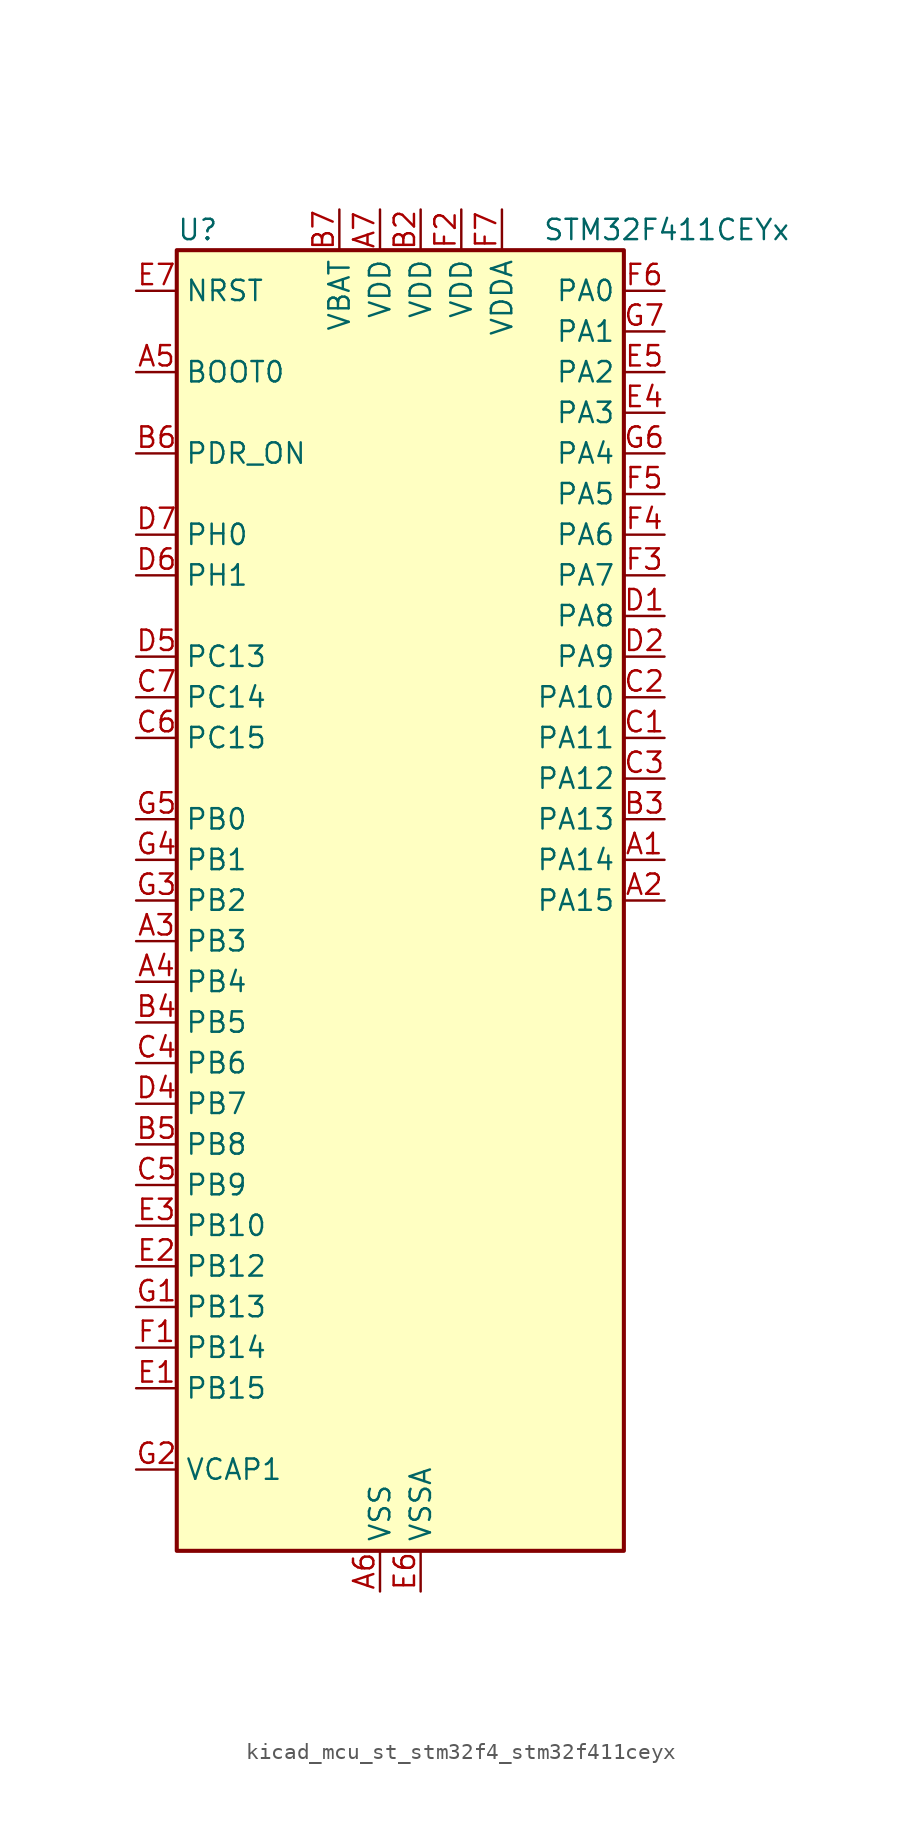
<source format=kicad_sym>
(kicad_symbol_lib
  (version 20220914)
  (generator kicad_symbol_editor)
  (symbol "kicad_mcu_st_stm32f4_stm32f411ceyx"
    (property "Reference" "U"
      (at -12.7 41.91 0)
      (effects (font (size 1.27 1.27)) (justify left)))
    (property "Value" "STM32F411CEYx"
      (at 10.16 41.91 0)
      (effects (font (size 1.27 1.27)) (justify left)))
    (property "ki_locked" ""
      (at 0 0 0)
      (effects (font (size 1.27 1.27))))
    (symbol "kicad_mcu_st_stm32f4_stm32f411ceyx_0_1"
      (rectangle (start -12.7 -40.64) (end 15.24 40.64) (stroke (width 0.254) (type default)) (fill (type background))))
    (symbol "kicad_mcu_st_stm32f4_stm32f411ceyx_1_1"
      (pin bidirectional line (at 17.78 2.54 180) (length 2.54) (name "PA14" (effects (font (size 1.27 1.27)))) (number "A1" (effects (font (size 1.27 1.27)))) (alternate "SYS_JTCK-SWCLK" bidirectional line))
      (pin bidirectional line (at 17.78 0 180) (length 2.54) (name "PA15" (effects (font (size 1.27 1.27)))) (number "A2" (effects (font (size 1.27 1.27)))) (alternate "ADC1_EXTI15" bidirectional line) (alternate "I2S1_WS" bidirectional line) (alternate "I2S3_WS" bidirectional line) (alternate "SPI1_NSS" bidirectional line) (alternate "SPI3_NSS" bidirectional line) (alternate "SYS_JTDI" bidirectional line) (alternate "TIM2_CH1" bidirectional line) (alternate "TIM2_ETR" bidirectional line) (alternate "USART1_TX" bidirectional line))
      (pin bidirectional line (at -15.24 -2.54 0) (length 2.54) (name "PB3" (effects (font (size 1.27 1.27)))) (number "A3" (effects (font (size 1.27 1.27)))) (alternate "I2C2_SDA" bidirectional line) (alternate "I2S1_CK" bidirectional line) (alternate "I2S3_CK" bidirectional line) (alternate "SPI1_SCK" bidirectional line) (alternate "SPI3_SCK" bidirectional line) (alternate "SYS_JTDO-SWO" bidirectional line) (alternate "TIM2_CH2" bidirectional line) (alternate "USART1_RX" bidirectional line))
      (pin bidirectional line (at -15.24 -5.08 0) (length 2.54) (name "PB4" (effects (font (size 1.27 1.27)))) (number "A4" (effects (font (size 1.27 1.27)))) (alternate "I2C3_SDA" bidirectional line) (alternate "I2S3_ext_SD" bidirectional line) (alternate "SDIO_D0" bidirectional line) (alternate "SPI1_MISO" bidirectional line) (alternate "SPI3_MISO" bidirectional line) (alternate "SYS_JTRST" bidirectional line) (alternate "TIM3_CH1" bidirectional line))
      (pin input line (at -15.24 33.02 0) (length 2.54) (name "BOOT0" (effects (font (size 1.27 1.27)))) (number "A5" (effects (font (size 1.27 1.27)))))
      (pin power_in line (at 0 -43.18 90) (length 2.54) (name "VSS" (effects (font (size 1.27 1.27)))) (number "A6" (effects (font (size 1.27 1.27)))))
      (pin power_in line (at 0 43.18 270) (length 2.54) (name "VDD" (effects (font (size 1.27 1.27)))) (number "A7" (effects (font (size 1.27 1.27)))))
      (pin passive line (at 0 -43.18 90) (length 2.54) hide (name "VSS" (effects (font (size 1.27 1.27)))) (number "B1" (effects (font (size 1.27 1.27)))))
      (pin power_in line (at 2.54 43.18 270) (length 2.54) (name "VDD" (effects (font (size 1.27 1.27)))) (number "B2" (effects (font (size 1.27 1.27)))))
      (pin bidirectional line (at 17.78 5.08 180) (length 2.54) (name "PA13" (effects (font (size 1.27 1.27)))) (number "B3" (effects (font (size 1.27 1.27)))) (alternate "SYS_JTMS-SWDIO" bidirectional line))
      (pin bidirectional line (at -15.24 -7.62 0) (length 2.54) (name "PB5" (effects (font (size 1.27 1.27)))) (number "B4" (effects (font (size 1.27 1.27)))) (alternate "I2C1_SMBA" bidirectional line) (alternate "I2S1_SD" bidirectional line) (alternate "I2S3_SD" bidirectional line) (alternate "SDIO_D3" bidirectional line) (alternate "SPI1_MOSI" bidirectional line) (alternate "SPI3_MOSI" bidirectional line) (alternate "TIM3_CH2" bidirectional line))
      (pin bidirectional line (at -15.24 -15.24 0) (length 2.54) (name "PB8" (effects (font (size 1.27 1.27)))) (number "B5" (effects (font (size 1.27 1.27)))) (alternate "I2C1_SCL" bidirectional line) (alternate "I2C3_SDA" bidirectional line) (alternate "I2S5_SD" bidirectional line) (alternate "SDIO_D4" bidirectional line) (alternate "SPI5_MOSI" bidirectional line) (alternate "TIM10_CH1" bidirectional line) (alternate "TIM4_CH3" bidirectional line))
      (pin input line (at -15.24 27.94 0) (length 2.54) (name "PDR_ON" (effects (font (size 1.27 1.27)))) (number "B6" (effects (font (size 1.27 1.27)))))
      (pin power_in line (at -2.54 43.18 270) (length 2.54) (name "VBAT" (effects (font (size 1.27 1.27)))) (number "B7" (effects (font (size 1.27 1.27)))))
      (pin bidirectional line (at 17.78 10.16 180) (length 2.54) (name "PA11" (effects (font (size 1.27 1.27)))) (number "C1" (effects (font (size 1.27 1.27)))) (alternate "ADC1_EXTI11" bidirectional line) (alternate "SPI4_MISO" bidirectional line) (alternate "TIM1_CH4" bidirectional line) (alternate "USART1_CTS" bidirectional line) (alternate "USART6_TX" bidirectional line) (alternate "USB_OTG_FS_DM" bidirectional line))
      (pin bidirectional line (at 17.78 12.7 180) (length 2.54) (name "PA10" (effects (font (size 1.27 1.27)))) (number "C2" (effects (font (size 1.27 1.27)))) (alternate "I2S5_SD" bidirectional line) (alternate "SPI5_MOSI" bidirectional line) (alternate "TIM1_CH3" bidirectional line) (alternate "USART1_RX" bidirectional line) (alternate "USB_OTG_FS_ID" bidirectional line))
      (pin bidirectional line (at 17.78 7.62 180) (length 2.54) (name "PA12" (effects (font (size 1.27 1.27)))) (number "C3" (effects (font (size 1.27 1.27)))) (alternate "SPI5_MISO" bidirectional line) (alternate "TIM1_ETR" bidirectional line) (alternate "USART1_RTS" bidirectional line) (alternate "USART6_RX" bidirectional line) (alternate "USB_OTG_FS_DP" bidirectional line))
      (pin bidirectional line (at -15.24 -10.16 0) (length 2.54) (name "PB6" (effects (font (size 1.27 1.27)))) (number "C4" (effects (font (size 1.27 1.27)))) (alternate "I2C1_SCL" bidirectional line) (alternate "TIM4_CH1" bidirectional line) (alternate "USART1_TX" bidirectional line))
      (pin bidirectional line (at -15.24 -17.78 0) (length 2.54) (name "PB9" (effects (font (size 1.27 1.27)))) (number "C5" (effects (font (size 1.27 1.27)))) (alternate "I2C1_SDA" bidirectional line) (alternate "I2C2_SDA" bidirectional line) (alternate "I2S2_WS" bidirectional line) (alternate "SDIO_D5" bidirectional line) (alternate "SPI2_NSS" bidirectional line) (alternate "TIM11_CH1" bidirectional line) (alternate "TIM4_CH4" bidirectional line))
      (pin bidirectional line (at -15.24 10.16 0) (length 2.54) (name "PC15" (effects (font (size 1.27 1.27)))) (number "C6" (effects (font (size 1.27 1.27)))) (alternate "ADC1_EXTI15" bidirectional line) (alternate "RCC_OSC32_OUT" bidirectional line))
      (pin bidirectional line (at -15.24 12.7 0) (length 2.54) (name "PC14" (effects (font (size 1.27 1.27)))) (number "C7" (effects (font (size 1.27 1.27)))) (alternate "RCC_OSC32_IN" bidirectional line))
      (pin bidirectional line (at 17.78 17.78 180) (length 2.54) (name "PA8" (effects (font (size 1.27 1.27)))) (number "D1" (effects (font (size 1.27 1.27)))) (alternate "I2C3_SCL" bidirectional line) (alternate "RCC_MCO_1" bidirectional line) (alternate "SDIO_D1" bidirectional line) (alternate "TIM1_CH1" bidirectional line) (alternate "USART1_CK" bidirectional line) (alternate "USB_OTG_FS_SOF" bidirectional line))
      (pin bidirectional line (at 17.78 15.24 180) (length 2.54) (name "PA9" (effects (font (size 1.27 1.27)))) (number "D2" (effects (font (size 1.27 1.27)))) (alternate "I2C3_SMBA" bidirectional line) (alternate "SDIO_D2" bidirectional line) (alternate "TIM1_CH2" bidirectional line) (alternate "USART1_TX" bidirectional line) (alternate "USB_OTG_FS_VBUS" bidirectional line))
      (pin passive line (at 0 -43.18 90) (length 2.54) hide (name "VSS" (effects (font (size 1.27 1.27)))) (number "D3" (effects (font (size 1.27 1.27)))))
      (pin bidirectional line (at -15.24 -12.7 0) (length 2.54) (name "PB7" (effects (font (size 1.27 1.27)))) (number "D4" (effects (font (size 1.27 1.27)))) (alternate "I2C1_SDA" bidirectional line) (alternate "SDIO_D0" bidirectional line) (alternate "TIM4_CH2" bidirectional line) (alternate "USART1_RX" bidirectional line))
      (pin bidirectional line (at -15.24 15.24 0) (length 2.54) (name "PC13" (effects (font (size 1.27 1.27)))) (number "D5" (effects (font (size 1.27 1.27)))) (alternate "RTC_AF1" bidirectional line))
      (pin bidirectional line (at -15.24 20.32 0) (length 2.54) (name "PH1" (effects (font (size 1.27 1.27)))) (number "D6" (effects (font (size 1.27 1.27)))) (alternate "RCC_OSC_OUT" bidirectional line))
      (pin bidirectional line (at -15.24 22.86 0) (length 2.54) (name "PH0" (effects (font (size 1.27 1.27)))) (number "D7" (effects (font (size 1.27 1.27)))) (alternate "RCC_OSC_IN" bidirectional line))
      (pin bidirectional line (at -15.24 -30.48 0) (length 2.54) (name "PB15" (effects (font (size 1.27 1.27)))) (number "E1" (effects (font (size 1.27 1.27)))) (alternate "ADC1_EXTI15" bidirectional line) (alternate "I2S2_SD" bidirectional line) (alternate "RTC_REFIN" bidirectional line) (alternate "SDIO_CK" bidirectional line) (alternate "SPI2_MOSI" bidirectional line) (alternate "TIM1_CH3N" bidirectional line))
      (pin bidirectional line (at -15.24 -22.86 0) (length 2.54) (name "PB12" (effects (font (size 1.27 1.27)))) (number "E2" (effects (font (size 1.27 1.27)))) (alternate "I2C2_SMBA" bidirectional line) (alternate "I2S2_WS" bidirectional line) (alternate "I2S3_CK" bidirectional line) (alternate "I2S4_WS" bidirectional line) (alternate "SPI2_NSS" bidirectional line) (alternate "SPI3_SCK" bidirectional line) (alternate "SPI4_NSS" bidirectional line) (alternate "TIM1_BKIN" bidirectional line))
      (pin bidirectional line (at -15.24 -20.32 0) (length 2.54) (name "PB10" (effects (font (size 1.27 1.27)))) (number "E3" (effects (font (size 1.27 1.27)))) (alternate "I2C2_SCL" bidirectional line) (alternate "I2S2_CK" bidirectional line) (alternate "I2S3_MCK" bidirectional line) (alternate "SDIO_D7" bidirectional line) (alternate "SPI2_SCK" bidirectional line) (alternate "TIM2_CH3" bidirectional line))
      (pin bidirectional line (at 17.78 30.48 180) (length 2.54) (name "PA3" (effects (font (size 1.27 1.27)))) (number "E4" (effects (font (size 1.27 1.27)))) (alternate "ADC1_IN3" bidirectional line) (alternate "I2S2_MCK" bidirectional line) (alternate "TIM2_CH4" bidirectional line) (alternate "TIM5_CH4" bidirectional line) (alternate "TIM9_CH2" bidirectional line) (alternate "USART2_RX" bidirectional line))
      (pin bidirectional line (at 17.78 33.02 180) (length 2.54) (name "PA2" (effects (font (size 1.27 1.27)))) (number "E5" (effects (font (size 1.27 1.27)))) (alternate "ADC1_IN2" bidirectional line) (alternate "I2S_CKIN" bidirectional line) (alternate "TIM2_CH3" bidirectional line) (alternate "TIM5_CH3" bidirectional line) (alternate "TIM9_CH1" bidirectional line) (alternate "USART2_TX" bidirectional line))
      (pin power_in line (at 2.54 -43.18 90) (length 2.54) (name "VSSA" (effects (font (size 1.27 1.27)))) (number "E6" (effects (font (size 1.27 1.27)))))
      (pin input line (at -15.24 38.1 0) (length 2.54) (name "NRST" (effects (font (size 1.27 1.27)))) (number "E7" (effects (font (size 1.27 1.27)))))
      (pin bidirectional line (at -15.24 -27.94 0) (length 2.54) (name "PB14" (effects (font (size 1.27 1.27)))) (number "F1" (effects (font (size 1.27 1.27)))) (alternate "I2S2_ext_SD" bidirectional line) (alternate "SDIO_D6" bidirectional line) (alternate "SPI2_MISO" bidirectional line) (alternate "TIM1_CH2N" bidirectional line))
      (pin power_in line (at 5.08 43.18 270) (length 2.54) (name "VDD" (effects (font (size 1.27 1.27)))) (number "F2" (effects (font (size 1.27 1.27)))))
      (pin bidirectional line (at 17.78 20.32 180) (length 2.54) (name "PA7" (effects (font (size 1.27 1.27)))) (number "F3" (effects (font (size 1.27 1.27)))) (alternate "ADC1_IN7" bidirectional line) (alternate "I2S1_SD" bidirectional line) (alternate "SPI1_MOSI" bidirectional line) (alternate "TIM1_CH1N" bidirectional line) (alternate "TIM3_CH2" bidirectional line))
      (pin bidirectional line (at 17.78 22.86 180) (length 2.54) (name "PA6" (effects (font (size 1.27 1.27)))) (number "F4" (effects (font (size 1.27 1.27)))) (alternate "ADC1_IN6" bidirectional line) (alternate "I2S2_MCK" bidirectional line) (alternate "SDIO_CMD" bidirectional line) (alternate "SPI1_MISO" bidirectional line) (alternate "TIM1_BKIN" bidirectional line) (alternate "TIM3_CH1" bidirectional line))
      (pin bidirectional line (at 17.78 25.4 180) (length 2.54) (name "PA5" (effects (font (size 1.27 1.27)))) (number "F5" (effects (font (size 1.27 1.27)))) (alternate "ADC1_IN5" bidirectional line) (alternate "I2S1_CK" bidirectional line) (alternate "SPI1_SCK" bidirectional line) (alternate "TIM2_CH1" bidirectional line) (alternate "TIM2_ETR" bidirectional line))
      (pin bidirectional line (at 17.78 38.1 180) (length 2.54) (name "PA0" (effects (font (size 1.27 1.27)))) (number "F6" (effects (font (size 1.27 1.27)))) (alternate "ADC1_IN0" bidirectional line) (alternate "SYS_WKUP" bidirectional line) (alternate "TIM2_CH1" bidirectional line) (alternate "TIM2_ETR" bidirectional line) (alternate "TIM5_CH1" bidirectional line) (alternate "USART2_CTS" bidirectional line))
      (pin power_in line (at 7.62 43.18 270) (length 2.54) (name "VDDA" (effects (font (size 1.27 1.27)))) (number "F7" (effects (font (size 1.27 1.27)))))
      (pin bidirectional line (at -15.24 -25.4 0) (length 2.54) (name "PB13" (effects (font (size 1.27 1.27)))) (number "G1" (effects (font (size 1.27 1.27)))) (alternate "I2S2_CK" bidirectional line) (alternate "I2S4_CK" bidirectional line) (alternate "SPI2_SCK" bidirectional line) (alternate "SPI4_SCK" bidirectional line) (alternate "TIM1_CH1N" bidirectional line))
      (pin power_out line (at -15.24 -35.56 0) (length 2.54) (name "VCAP1" (effects (font (size 1.27 1.27)))) (number "G2" (effects (font (size 1.27 1.27)))))
      (pin bidirectional line (at -15.24 0 0) (length 2.54) (name "PB2" (effects (font (size 1.27 1.27)))) (number "G3" (effects (font (size 1.27 1.27)))))
      (pin bidirectional line (at -15.24 2.54 0) (length 2.54) (name "PB1" (effects (font (size 1.27 1.27)))) (number "G4" (effects (font (size 1.27 1.27)))) (alternate "ADC1_IN9" bidirectional line) (alternate "I2S5_WS" bidirectional line) (alternate "SPI5_NSS" bidirectional line) (alternate "TIM1_CH3N" bidirectional line) (alternate "TIM3_CH4" bidirectional line))
      (pin bidirectional line (at -15.24 5.08 0) (length 2.54) (name "PB0" (effects (font (size 1.27 1.27)))) (number "G5" (effects (font (size 1.27 1.27)))) (alternate "ADC1_IN8" bidirectional line) (alternate "I2S5_CK" bidirectional line) (alternate "SPI5_SCK" bidirectional line) (alternate "TIM1_CH2N" bidirectional line) (alternate "TIM3_CH3" bidirectional line))
      (pin bidirectional line (at 17.78 27.94 180) (length 2.54) (name "PA4" (effects (font (size 1.27 1.27)))) (number "G6" (effects (font (size 1.27 1.27)))) (alternate "ADC1_IN4" bidirectional line) (alternate "I2S1_WS" bidirectional line) (alternate "I2S3_WS" bidirectional line) (alternate "SPI1_NSS" bidirectional line) (alternate "SPI3_NSS" bidirectional line) (alternate "USART2_CK" bidirectional line))
      (pin bidirectional line (at 17.78 35.56 180) (length 2.54) (name "PA1" (effects (font (size 1.27 1.27)))) (number "G7" (effects (font (size 1.27 1.27)))) (alternate "ADC1_IN1" bidirectional line) (alternate "I2S4_SD" bidirectional line) (alternate "SPI4_MOSI" bidirectional line) (alternate "TIM2_CH2" bidirectional line) (alternate "TIM5_CH2" bidirectional line) (alternate "USART2_RTS" bidirectional line)))))
</source>
